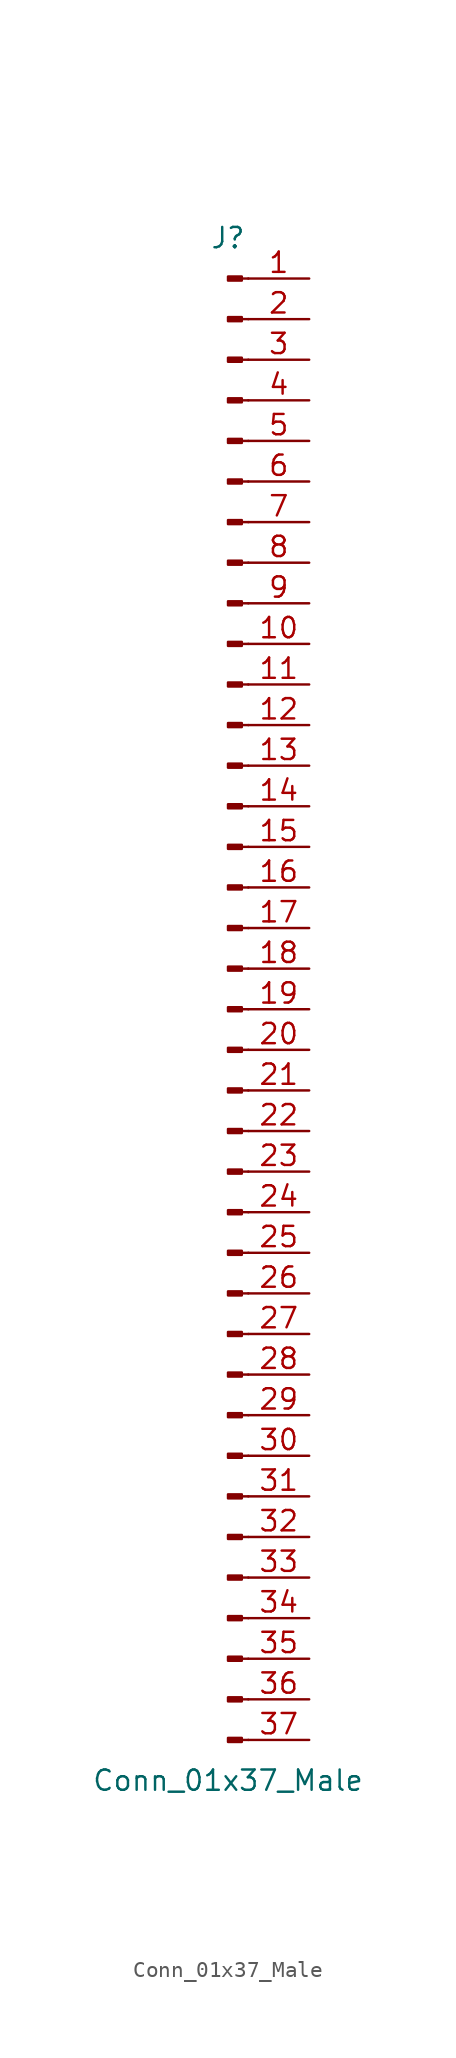
<source format=kicad_sym>
(kicad_symbol_lib
  (version 20201005)
  (generator kicad_symbol_editor)
  (symbol "Connector:Conn_01x37_Male"
    (pin_names
      (offset 1.016) hide)
    (property "Reference" "J"
      (at 0 48.26 0)
      (effects (font (size 1.27 1.27))))
    (property "Value" "Conn_01x37_Male"
      (at 0 -48.26 0)
      (effects (font (size 1.27 1.27))))
    (symbol "Conn_01x37_Male_1_1"
      (rectangle (start 0.864 -45.593) (end 0 -45.847) (stroke (width 0.152)) (fill (type outline)))
      (rectangle (start 0.864 -43.053) (end 0 -43.307) (stroke (width 0.152)) (fill (type outline)))
      (rectangle (start 0.864 -40.513) (end 0 -40.767) (stroke (width 0.152)) (fill (type outline)))
      (rectangle (start 0.864 -37.973) (end 0 -38.227) (stroke (width 0.152)) (fill (type outline)))
      (rectangle (start 0.864 -35.433) (end 0 -35.687) (stroke (width 0.152)) (fill (type outline)))
      (rectangle (start 0.864 -32.893) (end 0 -33.147) (stroke (width 0.152)) (fill (type outline)))
      (rectangle (start 0.864 -30.353) (end 0 -30.607) (stroke (width 0.152)) (fill (type outline)))
      (rectangle (start 0.864 -27.813) (end 0 -28.067) (stroke (width 0.152)) (fill (type outline)))
      (rectangle (start 0.864 -25.273) (end 0 -25.527) (stroke (width 0.152)) (fill (type outline)))
      (rectangle (start 0.864 -22.733) (end 0 -22.987) (stroke (width 0.152)) (fill (type outline)))
      (rectangle (start 0.864 -20.193) (end 0 -20.447) (stroke (width 0.152)) (fill (type outline)))
      (rectangle (start 0.864 -17.653) (end 0 -17.907) (stroke (width 0.152)) (fill (type outline)))
      (rectangle (start 0.864 -15.113) (end 0 -15.367) (stroke (width 0.152)) (fill (type outline)))
      (rectangle (start 0.864 -12.573) (end 0 -12.827) (stroke (width 0.152)) (fill (type outline)))
      (rectangle (start 0.864 -10.033) (end 0 -10.287) (stroke (width 0.152)) (fill (type outline)))
      (rectangle (start 0.864 -7.493) (end 0 -7.747) (stroke (width 0.152)) (fill (type outline)))
      (rectangle (start 0.864 -4.953) (end 0 -5.207) (stroke (width 0.152)) (fill (type outline)))
      (rectangle (start 0.864 -2.413) (end 0 -2.667) (stroke (width 0.152)) (fill (type outline)))
      (rectangle (start 0.864 0.127) (end 0 -0.127) (stroke (width 0.152)) (fill (type outline)))
      (rectangle (start 0.864 2.667) (end 0 2.413) (stroke (width 0.152)) (fill (type outline)))
      (rectangle (start 0.864 5.207) (end 0 4.953) (stroke (width 0.152)) (fill (type outline)))
      (rectangle (start 0.864 7.747) (end 0 7.493) (stroke (width 0.152)) (fill (type outline)))
      (rectangle (start 0.864 10.287) (end 0 10.033) (stroke (width 0.152)) (fill (type outline)))
      (rectangle (start 0.864 12.827) (end 0 12.573) (stroke (width 0.152)) (fill (type outline)))
      (rectangle (start 0.864 15.367) (end 0 15.113) (stroke (width 0.152)) (fill (type outline)))
      (rectangle (start 0.864 17.907) (end 0 17.653) (stroke (width 0.152)) (fill (type outline)))
      (rectangle (start 0.864 20.447) (end 0 20.193) (stroke (width 0.152)) (fill (type outline)))
      (rectangle (start 0.864 22.987) (end 0 22.733) (stroke (width 0.152)) (fill (type outline)))
      (rectangle (start 0.864 25.527) (end 0 25.273) (stroke (width 0.152)) (fill (type outline)))
      (rectangle (start 0.864 28.067) (end 0 27.813) (stroke (width 0.152)) (fill (type outline)))
      (rectangle (start 0.864 30.607) (end 0 30.353) (stroke (width 0.152)) (fill (type outline)))
      (rectangle (start 0.864 33.147) (end 0 32.893) (stroke (width 0.152)) (fill (type outline)))
      (rectangle (start 0.864 35.687) (end 0 35.433) (stroke (width 0.152)) (fill (type outline)))
      (rectangle (start 0.864 38.227) (end 0 37.973) (stroke (width 0.152)) (fill (type outline)))
      (rectangle (start 0.864 40.767) (end 0 40.513) (stroke (width 0.152)) (fill (type outline)))
      (rectangle (start 0.864 43.307) (end 0 43.053) (stroke (width 0.152)) (fill (type outline)))
      (rectangle (start 0.864 45.847) (end 0 45.593) (stroke (width 0.152)) (fill (type outline)))
      (polyline (pts (xy 1.27 -45.72) (xy 0.864 -45.72)) (stroke (width 0.152)) (fill (type none)))
      (polyline (pts (xy 1.27 -43.18) (xy 0.864 -43.18)) (stroke (width 0.152)) (fill (type none)))
      (polyline (pts (xy 1.27 -40.64) (xy 0.864 -40.64)) (stroke (width 0.152)) (fill (type none)))
      (polyline (pts (xy 1.27 -38.1) (xy 0.864 -38.1)) (stroke (width 0.152)) (fill (type none)))
      (polyline (pts (xy 1.27 -35.56) (xy 0.864 -35.56)) (stroke (width 0.152)) (fill (type none)))
      (polyline (pts (xy 1.27 -33.02) (xy 0.864 -33.02)) (stroke (width 0.152)) (fill (type none)))
      (polyline (pts (xy 1.27 -30.48) (xy 0.864 -30.48)) (stroke (width 0.152)) (fill (type none)))
      (polyline (pts (xy 1.27 -27.94) (xy 0.864 -27.94)) (stroke (width 0.152)) (fill (type none)))
      (polyline (pts (xy 1.27 -25.4) (xy 0.864 -25.4)) (stroke (width 0.152)) (fill (type none)))
      (polyline (pts (xy 1.27 -22.86) (xy 0.864 -22.86)) (stroke (width 0.152)) (fill (type none)))
      (polyline (pts (xy 1.27 -20.32) (xy 0.864 -20.32)) (stroke (width 0.152)) (fill (type none)))
      (polyline (pts (xy 1.27 -17.78) (xy 0.864 -17.78)) (stroke (width 0.152)) (fill (type none)))
      (polyline (pts (xy 1.27 -15.24) (xy 0.864 -15.24)) (stroke (width 0.152)) (fill (type none)))
      (polyline (pts (xy 1.27 -12.7) (xy 0.864 -12.7)) (stroke (width 0.152)) (fill (type none)))
      (polyline (pts (xy 1.27 -10.16) (xy 0.864 -10.16)) (stroke (width 0.152)) (fill (type none)))
      (polyline (pts (xy 1.27 -7.62) (xy 0.864 -7.62)) (stroke (width 0.152)) (fill (type none)))
      (polyline (pts (xy 1.27 -5.08) (xy 0.864 -5.08)) (stroke (width 0.152)) (fill (type none)))
      (polyline (pts (xy 1.27 -2.54) (xy 0.864 -2.54)) (stroke (width 0.152)) (fill (type none)))
      (polyline (pts (xy 1.27 0) (xy 0.864 0)) (stroke (width 0.152)) (fill (type none)))
      (polyline (pts (xy 1.27 2.54) (xy 0.864 2.54)) (stroke (width 0.152)) (fill (type none)))
      (polyline (pts (xy 1.27 5.08) (xy 0.864 5.08)) (stroke (width 0.152)) (fill (type none)))
      (polyline (pts (xy 1.27 7.62) (xy 0.864 7.62)) (stroke (width 0.152)) (fill (type none)))
      (polyline (pts (xy 1.27 10.16) (xy 0.864 10.16)) (stroke (width 0.152)) (fill (type none)))
      (polyline (pts (xy 1.27 12.7) (xy 0.864 12.7)) (stroke (width 0.152)) (fill (type none)))
      (polyline (pts (xy 1.27 15.24) (xy 0.864 15.24)) (stroke (width 0.152)) (fill (type none)))
      (polyline (pts (xy 1.27 17.78) (xy 0.864 17.78)) (stroke (width 0.152)) (fill (type none)))
      (polyline (pts (xy 1.27 20.32) (xy 0.864 20.32)) (stroke (width 0.152)) (fill (type none)))
      (polyline (pts (xy 1.27 22.86) (xy 0.864 22.86)) (stroke (width 0.152)) (fill (type none)))
      (polyline (pts (xy 1.27 25.4) (xy 0.864 25.4)) (stroke (width 0.152)) (fill (type none)))
      (polyline (pts (xy 1.27 27.94) (xy 0.864 27.94)) (stroke (width 0.152)) (fill (type none)))
      (polyline (pts (xy 1.27 30.48) (xy 0.864 30.48)) (stroke (width 0.152)) (fill (type none)))
      (polyline (pts (xy 1.27 33.02) (xy 0.864 33.02)) (stroke (width 0.152)) (fill (type none)))
      (polyline (pts (xy 1.27 35.56) (xy 0.864 35.56)) (stroke (width 0.152)) (fill (type none)))
      (polyline (pts (xy 1.27 38.1) (xy 0.864 38.1)) (stroke (width 0.152)) (fill (type none)))
      (polyline (pts (xy 1.27 40.64) (xy 0.864 40.64)) (stroke (width 0.152)) (fill (type none)))
      (polyline (pts (xy 1.27 43.18) (xy 0.864 43.18)) (stroke (width 0.152)) (fill (type none)))
      (polyline (pts (xy 1.27 45.72) (xy 0.864 45.72)) (stroke (width 0.152)) (fill (type none)))
      (pin passive line (at 5.08 45.72 180) (length 3.81) (name "Pin_1" (effects (font (size 1.27 1.27)))) (number "1" (effects (font (size 1.27 1.27)))))
      (pin passive line (at 5.08 22.86 180) (length 3.81) (name "Pin_10" (effects (font (size 1.27 1.27)))) (number "10" (effects (font (size 1.27 1.27)))))
      (pin passive line (at 5.08 20.32 180) (length 3.81) (name "Pin_11" (effects (font (size 1.27 1.27)))) (number "11" (effects (font (size 1.27 1.27)))))
      (pin passive line (at 5.08 17.78 180) (length 3.81) (name "Pin_12" (effects (font (size 1.27 1.27)))) (number "12" (effects (font (size 1.27 1.27)))))
      (pin passive line (at 5.08 15.24 180) (length 3.81) (name "Pin_13" (effects (font (size 1.27 1.27)))) (number "13" (effects (font (size 1.27 1.27)))))
      (pin passive line (at 5.08 12.7 180) (length 3.81) (name "Pin_14" (effects (font (size 1.27 1.27)))) (number "14" (effects (font (size 1.27 1.27)))))
      (pin passive line (at 5.08 10.16 180) (length 3.81) (name "Pin_15" (effects (font (size 1.27 1.27)))) (number "15" (effects (font (size 1.27 1.27)))))
      (pin passive line (at 5.08 7.62 180) (length 3.81) (name "Pin_16" (effects (font (size 1.27 1.27)))) (number "16" (effects (font (size 1.27 1.27)))))
      (pin passive line (at 5.08 5.08 180) (length 3.81) (name "Pin_17" (effects (font (size 1.27 1.27)))) (number "17" (effects (font (size 1.27 1.27)))))
      (pin passive line (at 5.08 2.54 180) (length 3.81) (name "Pin_18" (effects (font (size 1.27 1.27)))) (number "18" (effects (font (size 1.27 1.27)))))
      (pin passive line (at 5.08 0 180) (length 3.81) (name "Pin_19" (effects (font (size 1.27 1.27)))) (number "19" (effects (font (size 1.27 1.27)))))
      (pin passive line (at 5.08 43.18 180) (length 3.81) (name "Pin_2" (effects (font (size 1.27 1.27)))) (number "2" (effects (font (size 1.27 1.27)))))
      (pin passive line (at 5.08 -2.54 180) (length 3.81) (name "Pin_20" (effects (font (size 1.27 1.27)))) (number "20" (effects (font (size 1.27 1.27)))))
      (pin passive line (at 5.08 -5.08 180) (length 3.81) (name "Pin_21" (effects (font (size 1.27 1.27)))) (number "21" (effects (font (size 1.27 1.27)))))
      (pin passive line (at 5.08 -7.62 180) (length 3.81) (name "Pin_22" (effects (font (size 1.27 1.27)))) (number "22" (effects (font (size 1.27 1.27)))))
      (pin passive line (at 5.08 -10.16 180) (length 3.81) (name "Pin_23" (effects (font (size 1.27 1.27)))) (number "23" (effects (font (size 1.27 1.27)))))
      (pin passive line (at 5.08 -12.7 180) (length 3.81) (name "Pin_24" (effects (font (size 1.27 1.27)))) (number "24" (effects (font (size 1.27 1.27)))))
      (pin passive line (at 5.08 -15.24 180) (length 3.81) (name "Pin_25" (effects (font (size 1.27 1.27)))) (number "25" (effects (font (size 1.27 1.27)))))
      (pin passive line (at 5.08 -17.78 180) (length 3.81) (name "Pin_26" (effects (font (size 1.27 1.27)))) (number "26" (effects (font (size 1.27 1.27)))))
      (pin passive line (at 5.08 -20.32 180) (length 3.81) (name "Pin_27" (effects (font (size 1.27 1.27)))) (number "27" (effects (font (size 1.27 1.27)))))
      (pin passive line (at 5.08 -22.86 180) (length 3.81) (name "Pin_28" (effects (font (size 1.27 1.27)))) (number "28" (effects (font (size 1.27 1.27)))))
      (pin passive line (at 5.08 -25.4 180) (length 3.81) (name "Pin_29" (effects (font (size 1.27 1.27)))) (number "29" (effects (font (size 1.27 1.27)))))
      (pin passive line (at 5.08 40.64 180) (length 3.81) (name "Pin_3" (effects (font (size 1.27 1.27)))) (number "3" (effects (font (size 1.27 1.27)))))
      (pin passive line (at 5.08 -27.94 180) (length 3.81) (name "Pin_30" (effects (font (size 1.27 1.27)))) (number "30" (effects (font (size 1.27 1.27)))))
      (pin passive line (at 5.08 -30.48 180) (length 3.81) (name "Pin_31" (effects (font (size 1.27 1.27)))) (number "31" (effects (font (size 1.27 1.27)))))
      (pin passive line (at 5.08 -33.02 180) (length 3.81) (name "Pin_32" (effects (font (size 1.27 1.27)))) (number "32" (effects (font (size 1.27 1.27)))))
      (pin passive line (at 5.08 -35.56 180) (length 3.81) (name "Pin_33" (effects (font (size 1.27 1.27)))) (number "33" (effects (font (size 1.27 1.27)))))
      (pin passive line (at 5.08 -38.1 180) (length 3.81) (name "Pin_34" (effects (font (size 1.27 1.27)))) (number "34" (effects (font (size 1.27 1.27)))))
      (pin passive line (at 5.08 -40.64 180) (length 3.81) (name "Pin_35" (effects (font (size 1.27 1.27)))) (number "35" (effects (font (size 1.27 1.27)))))
      (pin passive line (at 5.08 -43.18 180) (length 3.81) (name "Pin_36" (effects (font (size 1.27 1.27)))) (number "36" (effects (font (size 1.27 1.27)))))
      (pin passive line (at 5.08 -45.72 180) (length 3.81) (name "Pin_37" (effects (font (size 1.27 1.27)))) (number "37" (effects (font (size 1.27 1.27)))))
      (pin passive line (at 5.08 38.1 180) (length 3.81) (name "Pin_4" (effects (font (size 1.27 1.27)))) (number "4" (effects (font (size 1.27 1.27)))))
      (pin passive line (at 5.08 35.56 180) (length 3.81) (name "Pin_5" (effects (font (size 1.27 1.27)))) (number "5" (effects (font (size 1.27 1.27)))))
      (pin passive line (at 5.08 33.02 180) (length 3.81) (name "Pin_6" (effects (font (size 1.27 1.27)))) (number "6" (effects (font (size 1.27 1.27)))))
      (pin passive line (at 5.08 30.48 180) (length 3.81) (name "Pin_7" (effects (font (size 1.27 1.27)))) (number "7" (effects (font (size 1.27 1.27)))))
      (pin passive line (at 5.08 27.94 180) (length 3.81) (name "Pin_8" (effects (font (size 1.27 1.27)))) (number "8" (effects (font (size 1.27 1.27)))))
      (pin passive line (at 5.08 25.4 180) (length 3.81) (name "Pin_9" (effects (font (size 1.27 1.27)))) (number "9" (effects (font (size 1.27 1.27))))))))
</source>
